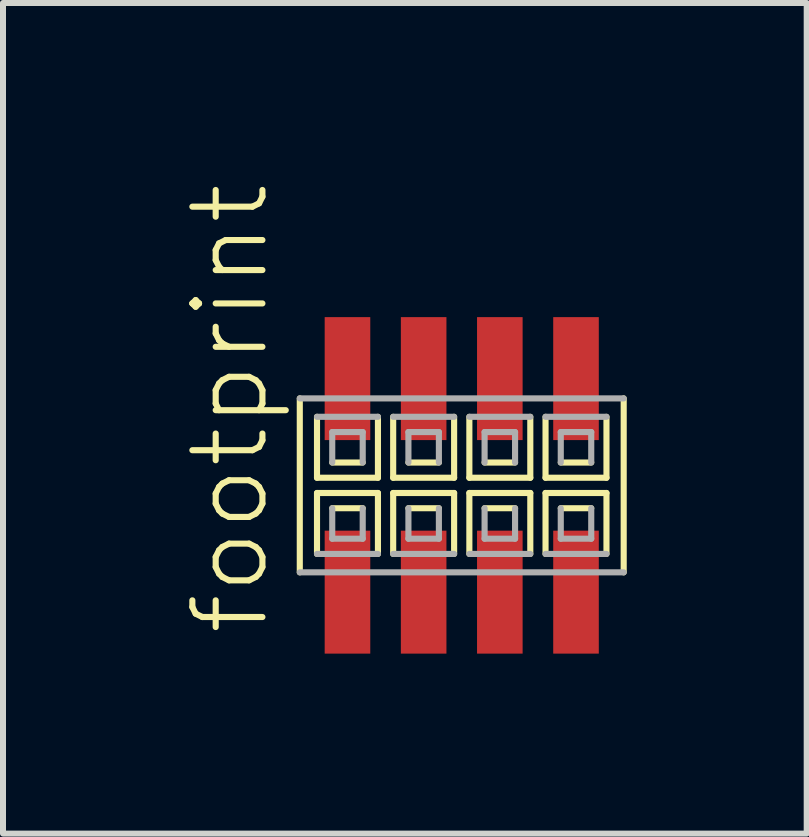
<source format=kicad_pcb>
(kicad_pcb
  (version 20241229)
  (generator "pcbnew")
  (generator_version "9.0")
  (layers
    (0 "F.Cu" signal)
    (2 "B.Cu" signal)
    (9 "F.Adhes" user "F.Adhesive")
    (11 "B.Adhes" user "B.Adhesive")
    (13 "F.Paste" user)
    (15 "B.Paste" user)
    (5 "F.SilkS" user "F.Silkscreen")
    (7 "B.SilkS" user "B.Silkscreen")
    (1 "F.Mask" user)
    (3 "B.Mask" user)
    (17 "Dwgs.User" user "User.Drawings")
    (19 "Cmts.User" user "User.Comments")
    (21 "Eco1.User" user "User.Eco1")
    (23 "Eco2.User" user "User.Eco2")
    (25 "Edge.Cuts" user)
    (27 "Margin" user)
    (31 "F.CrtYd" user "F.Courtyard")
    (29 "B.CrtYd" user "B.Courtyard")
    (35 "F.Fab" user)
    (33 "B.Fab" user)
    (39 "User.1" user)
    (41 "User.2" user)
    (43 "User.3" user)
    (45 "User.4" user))
  (footprint "footprint"
    (layer "F.Cu")
    (at 4.648 5.042)
    (property "Reference" "footprint" (at -3.175 2.54 90) (layer "F.SilkS") (effects (font (size 1.168 1.168) (thickness 0.102)) (justify left bottom)))
    (fp_line (start -2.7 -1.45) (end -2.7 1.45) (stroke (width 0.102) (type solid)) (layer "F.SilkS"))
    (fp_line (start -2.413 -1.143) (end -2.413 -0.127) (stroke (width 0.102) (type solid)) (layer "F.SilkS"))
    (fp_line (start -2.413 -0.127) (end -1.397 -0.127) (stroke (width 0.102) (type solid)) (layer "F.SilkS"))
    (fp_line (start -2.413 0.127) (end -2.413 1.143) (stroke (width 0.102) (type solid)) (layer "F.SilkS"))
    (fp_line (start -2.159 -0.381) (end -1.651 -0.381) (stroke (width 0.102) (type solid)) (layer "F.SilkS"))
    (fp_line (start -1.651 0.381) (end -2.159 0.381) (stroke (width 0.102) (type solid)) (layer "F.SilkS"))
    (fp_line (start -1.397 -0.127) (end -1.397 -1.143) (stroke (width 0.102) (type solid)) (layer "F.SilkS"))
    (fp_line (start -1.397 0.127) (end -2.413 0.127) (stroke (width 0.102) (type solid)) (layer "F.SilkS"))
    (fp_line (start -1.397 1.143) (end -1.397 0.127) (stroke (width 0.102) (type solid)) (layer "F.SilkS"))
    (fp_line (start -1.143 -1.143) (end -1.143 -0.127) (stroke (width 0.102) (type solid)) (layer "F.SilkS"))
    (fp_line (start -1.143 -0.127) (end -0.127 -0.127) (stroke (width 0.102) (type solid)) (layer "F.SilkS"))
    (fp_line (start -1.143 0.127) (end -1.143 1.143) (stroke (width 0.102) (type solid)) (layer "F.SilkS"))
    (fp_line (start -0.889 -0.381) (end -0.381 -0.381) (stroke (width 0.102) (type solid)) (layer "F.SilkS"))
    (fp_line (start -0.381 0.381) (end -0.889 0.381) (stroke (width 0.102) (type solid)) (layer "F.SilkS"))
    (fp_line (start -0.127 -0.127) (end -0.127 -1.143) (stroke (width 0.102) (type solid)) (layer "F.SilkS"))
    (fp_line (start -0.127 0.127) (end -1.143 0.127) (stroke (width 0.102) (type solid)) (layer "F.SilkS"))
    (fp_line (start -0.127 1.143) (end -0.127 0.127) (stroke (width 0.102) (type solid)) (layer "F.SilkS"))
    (fp_line (start 0.127 -1.143) (end 0.127 -0.127) (stroke (width 0.102) (type solid)) (layer "F.SilkS"))
    (fp_line (start 0.127 -0.127) (end 1.143 -0.127) (stroke (width 0.102) (type solid)) (layer "F.SilkS"))
    (fp_line (start 0.127 0.127) (end 0.127 1.143) (stroke (width 0.102) (type solid)) (layer "F.SilkS"))
    (fp_line (start 0.381 -0.381) (end 0.889 -0.381) (stroke (width 0.102) (type solid)) (layer "F.SilkS"))
    (fp_line (start 0.889 0.381) (end 0.381 0.381) (stroke (width 0.102) (type solid)) (layer "F.SilkS"))
    (fp_line (start 1.143 -0.127) (end 1.143 -1.143) (stroke (width 0.102) (type solid)) (layer "F.SilkS"))
    (fp_line (start 1.143 0.127) (end 0.127 0.127) (stroke (width 0.102) (type solid)) (layer "F.SilkS"))
    (fp_line (start 1.143 1.143) (end 1.143 0.127) (stroke (width 0.102) (type solid)) (layer "F.SilkS"))
    (fp_line (start 1.397 -1.143) (end 1.397 -0.127) (stroke (width 0.102) (type solid)) (layer "F.SilkS"))
    (fp_line (start 1.397 -0.127) (end 2.413 -0.127) (stroke (width 0.102) (type solid)) (layer "F.SilkS"))
    (fp_line (start 1.397 0.127) (end 1.397 1.143) (stroke (width 0.102) (type solid)) (layer "F.SilkS"))
    (fp_line (start 1.651 -0.381) (end 2.159 -0.381) (stroke (width 0.102) (type solid)) (layer "F.SilkS"))
    (fp_line (start 2.159 0.381) (end 1.651 0.381) (stroke (width 0.102) (type solid)) (layer "F.SilkS"))
    (fp_line (start 2.413 -0.127) (end 2.413 -1.143) (stroke (width 0.102) (type solid)) (layer "F.SilkS"))
    (fp_line (start 2.413 0.127) (end 1.397 0.127) (stroke (width 0.102) (type solid)) (layer "F.SilkS"))
    (fp_line (start 2.413 1.143) (end 2.413 0.127) (stroke (width 0.102) (type solid)) (layer "F.SilkS"))
    (fp_line (start 2.7 1.45) (end 2.7 -1.45) (stroke (width 0.102) (type solid)) (layer "F.SilkS"))
    (fp_line (start -2.7 1.45) (end 2.7 1.45) (stroke (width 0.102) (type solid)) (layer "F.Fab"))
    (fp_line (start -2.413 1.143) (end -1.397 1.143) (stroke (width 0.102) (type solid)) (layer "F.Fab"))
    (fp_line (start -2.159 -0.889) (end -2.159 -0.381) (stroke (width 0.102) (type solid)) (layer "F.Fab"))
    (fp_line (start -2.159 0.381) (end -2.159 0.889) (stroke (width 0.102) (type solid)) (layer "F.Fab"))
    (fp_line (start -2.159 0.889) (end -1.651 0.889) (stroke (width 0.102) (type solid)) (layer "F.Fab"))
    (fp_line (start -1.651 -0.889) (end -2.159 -0.889) (stroke (width 0.102) (type solid)) (layer "F.Fab"))
    (fp_line (start -1.651 -0.381) (end -1.651 -0.889) (stroke (width 0.102) (type solid)) (layer "F.Fab"))
    (fp_line (start -1.651 0.889) (end -1.651 0.381) (stroke (width 0.102) (type solid)) (layer "F.Fab"))
    (fp_line (start -1.397 -1.143) (end -2.413 -1.143) (stroke (width 0.102) (type solid)) (layer "F.Fab"))
    (fp_line (start -1.143 1.143) (end -0.127 1.143) (stroke (width 0.102) (type solid)) (layer "F.Fab"))
    (fp_line (start -0.889 -0.889) (end -0.889 -0.381) (stroke (width 0.102) (type solid)) (layer "F.Fab"))
    (fp_line (start -0.889 0.381) (end -0.889 0.889) (stroke (width 0.102) (type solid)) (layer "F.Fab"))
    (fp_line (start -0.889 0.889) (end -0.381 0.889) (stroke (width 0.102) (type solid)) (layer "F.Fab"))
    (fp_line (start -0.381 -0.889) (end -0.889 -0.889) (stroke (width 0.102) (type solid)) (layer "F.Fab"))
    (fp_line (start -0.381 -0.381) (end -0.381 -0.889) (stroke (width 0.102) (type solid)) (layer "F.Fab"))
    (fp_line (start -0.381 0.889) (end -0.381 0.381) (stroke (width 0.102) (type solid)) (layer "F.Fab"))
    (fp_line (start -0.127 -1.143) (end -1.143 -1.143) (stroke (width 0.102) (type solid)) (layer "F.Fab"))
    (fp_line (start 0.127 1.143) (end 1.143 1.143) (stroke (width 0.102) (type solid)) (layer "F.Fab"))
    (fp_line (start 0.381 -0.889) (end 0.381 -0.381) (stroke (width 0.102) (type solid)) (layer "F.Fab"))
    (fp_line (start 0.381 0.381) (end 0.381 0.889) (stroke (width 0.102) (type solid)) (layer "F.Fab"))
    (fp_line (start 0.381 0.889) (end 0.889 0.889) (stroke (width 0.102) (type solid)) (layer "F.Fab"))
    (fp_line (start 0.889 -0.889) (end 0.381 -0.889) (stroke (width 0.102) (type solid)) (layer "F.Fab"))
    (fp_line (start 0.889 -0.381) (end 0.889 -0.889) (stroke (width 0.102) (type solid)) (layer "F.Fab"))
    (fp_line (start 0.889 0.889) (end 0.889 0.381) (stroke (width 0.102) (type solid)) (layer "F.Fab"))
    (fp_line (start 1.143 -1.143) (end 0.127 -1.143) (stroke (width 0.102) (type solid)) (layer "F.Fab"))
    (fp_line (start 1.397 1.143) (end 2.413 1.143) (stroke (width 0.102) (type solid)) (layer "F.Fab"))
    (fp_line (start 1.651 -0.889) (end 1.651 -0.381) (stroke (width 0.102) (type solid)) (layer "F.Fab"))
    (fp_line (start 1.651 0.381) (end 1.651 0.889) (stroke (width 0.102) (type solid)) (layer "F.Fab"))
    (fp_line (start 1.651 0.889) (end 2.159 0.889) (stroke (width 0.102) (type solid)) (layer "F.Fab"))
    (fp_line (start 2.159 -0.889) (end 1.651 -0.889) (stroke (width 0.102) (type solid)) (layer "F.Fab"))
    (fp_line (start 2.159 -0.381) (end 2.159 -0.889) (stroke (width 0.102) (type solid)) (layer "F.Fab"))
    (fp_line (start 2.159 0.889) (end 2.159 0.381) (stroke (width 0.102) (type solid)) (layer "F.Fab"))
    (fp_line (start 2.413 -1.143) (end 1.397 -1.143) (stroke (width 0.102) (type solid)) (layer "F.Fab"))
    (fp_line (start 2.7 -1.45) (end -2.7 -1.45) (stroke (width 0.102) (type solid)) (layer "F.Fab"))
    (pad "1" smd rect (at -1.905 1.78) (size 0.76 2.05) (layers "F.Cu" "F.Mask" "F.Paste"))
    (pad "2" smd rect (at -1.905 -1.78) (size 0.76 2.05) (layers "F.Cu" "F.Mask" "F.Paste"))
    (pad "3" smd rect (at -0.635 1.78) (size 0.76 2.05) (layers "F.Cu" "F.Mask" "F.Paste"))
    (pad "4" smd rect (at -0.635 -1.78) (size 0.76 2.05) (layers "F.Cu" "F.Mask" "F.Paste"))
    (pad "5" smd rect (at 0.635 1.78) (size 0.76 2.05) (layers "F.Cu" "F.Mask" "F.Paste"))
    (pad "6" smd rect (at 0.635 -1.78) (size 0.76 2.05) (layers "F.Cu" "F.Mask" "F.Paste"))
    (pad "7" smd rect (at 1.905 1.78) (size 0.76 2.05) (layers "F.Cu" "F.Mask" "F.Paste"))
    (pad "8" smd rect (at 1.905 -1.78) (size 0.76 2.05) (layers "F.Cu" "F.Mask" "F.Paste")))
  (gr_rect
    (start -3 -3)
    (end 10.399 10.847)
    (stroke (width 0.1) (type default))
    (fill no)
    (layer "Edge.Cuts")))
</source>
